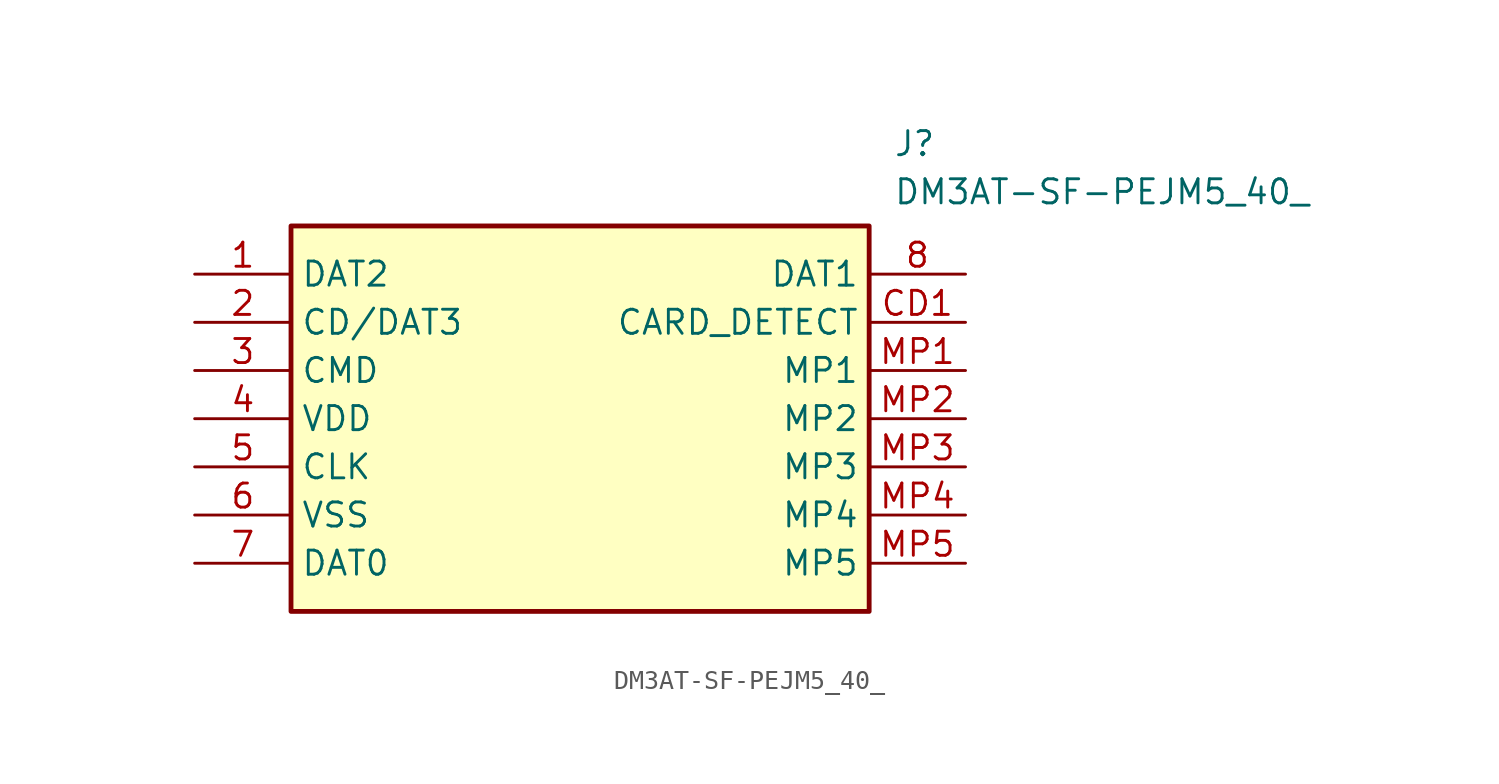
<source format=kicad_sym>
(kicad_symbol_lib
  (version 20231120)
  (generator "kicad_symbol_editor")
  (generator_version "8.0")
  (symbol "DM3AT-SF-PEJM5_40_"
    (property "Reference" "J"
      (at 36.83 7.62 0)
      (effects (font (size 1.27 1.27)) (justify left top)))
    (property "Value" "DM3AT-SF-PEJM5_40_"
      (at 36.83 5.08 0)
      (effects (font (size 1.27 1.27)) (justify left top)))
    (symbol "DM3AT-SF-PEJM5_40__1_1"
      (rectangle (start 5.08 2.54) (end 35.56 -17.78) (stroke (width 0.254) (type default)) (fill (type background)))
      (pin passive line (at 0 0 0) (length 5.08) (name "DAT2" (effects (font (size 1.27 1.27)))) (number "1" (effects (font (size 1.27 1.27)))))
      (pin passive line (at 0 -2.54 0) (length 5.08) (name "CD/DAT3" (effects (font (size 1.27 1.27)))) (number "2" (effects (font (size 1.27 1.27)))))
      (pin passive line (at 0 -5.08 0) (length 5.08) (name "CMD" (effects (font (size 1.27 1.27)))) (number "3" (effects (font (size 1.27 1.27)))))
      (pin passive line (at 0 -7.62 0) (length 5.08) (name "VDD" (effects (font (size 1.27 1.27)))) (number "4" (effects (font (size 1.27 1.27)))))
      (pin passive line (at 0 -10.16 0) (length 5.08) (name "CLK" (effects (font (size 1.27 1.27)))) (number "5" (effects (font (size 1.27 1.27)))))
      (pin passive line (at 0 -12.7 0) (length 5.08) (name "VSS" (effects (font (size 1.27 1.27)))) (number "6" (effects (font (size 1.27 1.27)))))
      (pin passive line (at 0 -15.24 0) (length 5.08) (name "DAT0" (effects (font (size 1.27 1.27)))) (number "7" (effects (font (size 1.27 1.27)))))
      (pin passive line (at 40.64 0 180) (length 5.08) (name "DAT1" (effects (font (size 1.27 1.27)))) (number "8" (effects (font (size 1.27 1.27)))))
      (pin passive line (at 40.64 -2.54 180) (length 5.08) (name "CARD_DETECT" (effects (font (size 1.27 1.27)))) (number "CD1" (effects (font (size 1.27 1.27)))))
      (pin passive line (at 40.64 -5.08 180) (length 5.08) (name "MP1" (effects (font (size 1.27 1.27)))) (number "MP1" (effects (font (size 1.27 1.27)))))
      (pin passive line (at 40.64 -7.62 180) (length 5.08) (name "MP2" (effects (font (size 1.27 1.27)))) (number "MP2" (effects (font (size 1.27 1.27)))))
      (pin passive line (at 40.64 -10.16 180) (length 5.08) (name "MP3" (effects (font (size 1.27 1.27)))) (number "MP3" (effects (font (size 1.27 1.27)))))
      (pin passive line (at 40.64 -12.7 180) (length 5.08) (name "MP4" (effects (font (size 1.27 1.27)))) (number "MP4" (effects (font (size 1.27 1.27)))))
      (pin passive line (at 40.64 -15.24 180) (length 5.08) (name "MP5" (effects (font (size 1.27 1.27)))) (number "MP5" (effects (font (size 1.27 1.27))))))))
</source>
